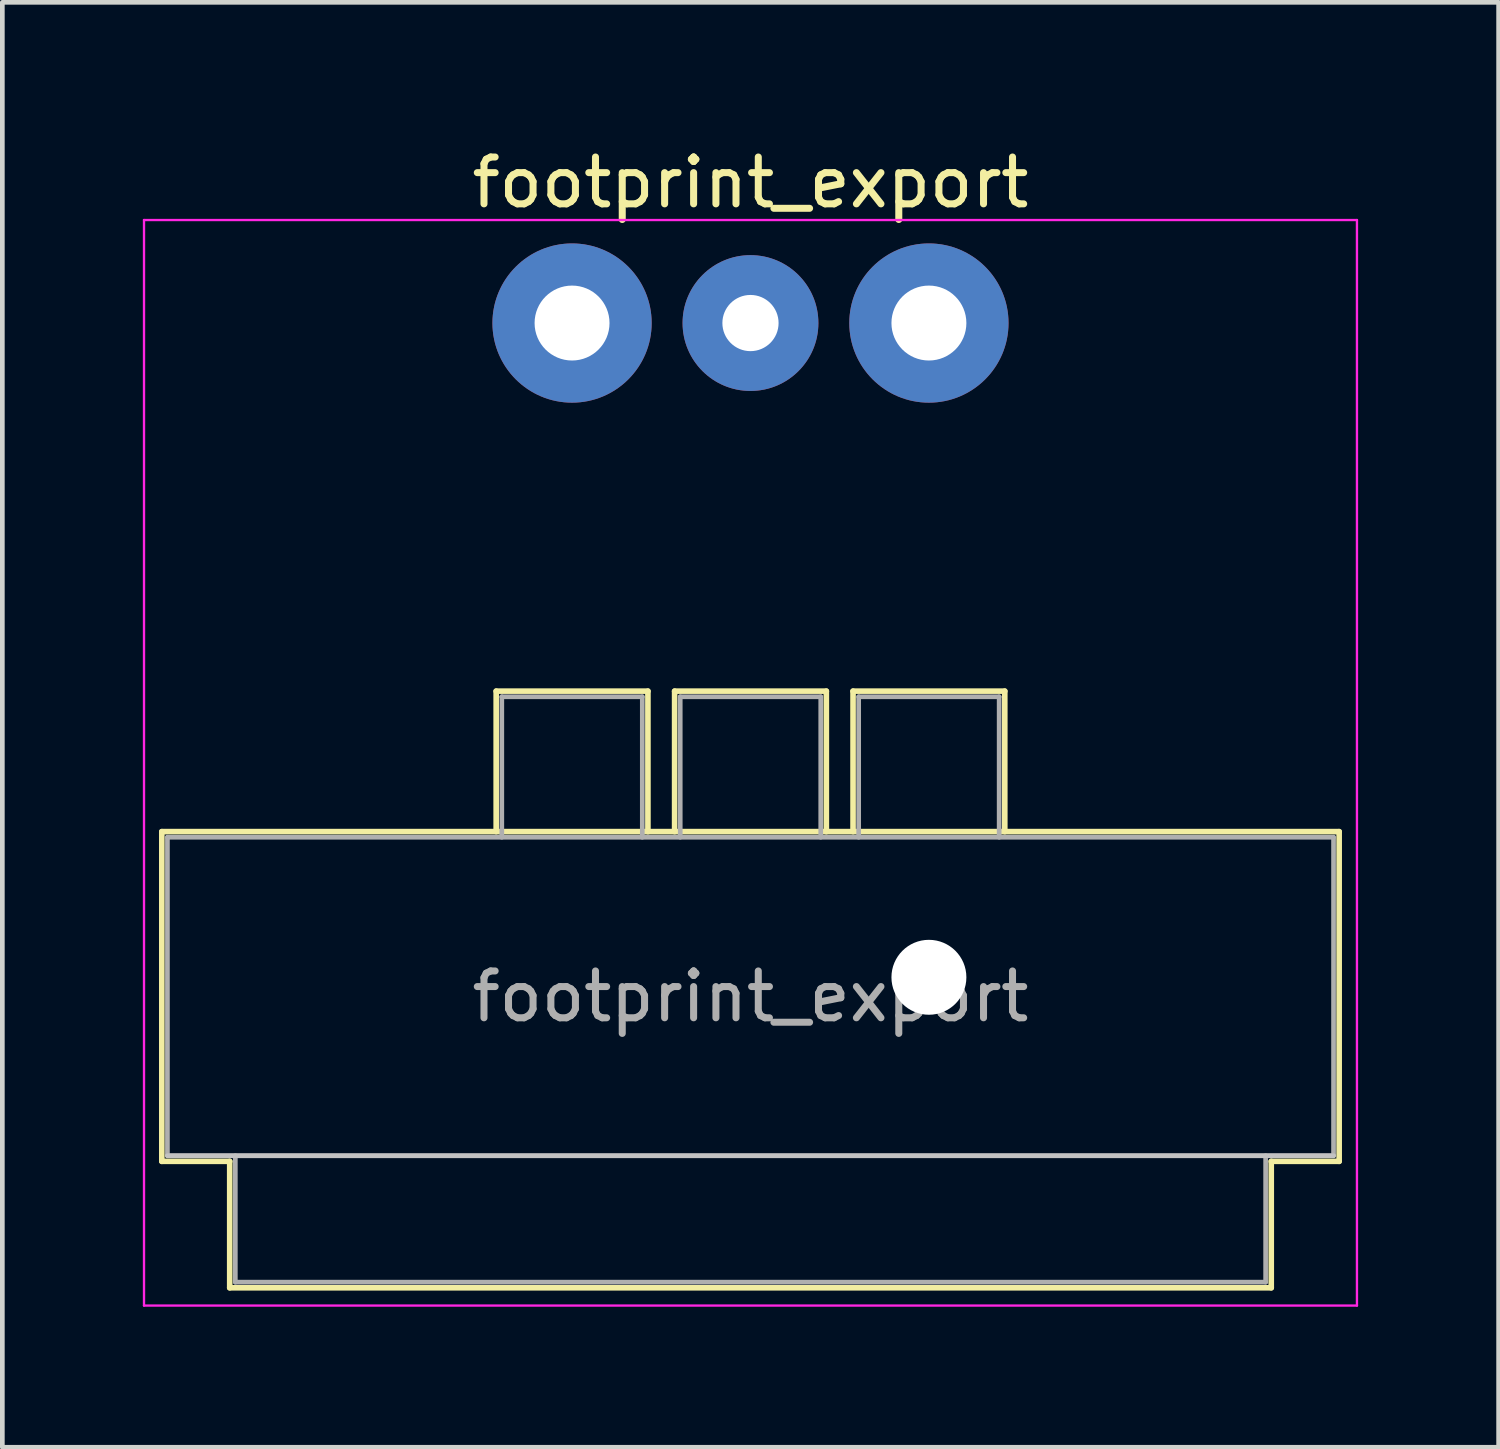
<source format=kicad_pcb>
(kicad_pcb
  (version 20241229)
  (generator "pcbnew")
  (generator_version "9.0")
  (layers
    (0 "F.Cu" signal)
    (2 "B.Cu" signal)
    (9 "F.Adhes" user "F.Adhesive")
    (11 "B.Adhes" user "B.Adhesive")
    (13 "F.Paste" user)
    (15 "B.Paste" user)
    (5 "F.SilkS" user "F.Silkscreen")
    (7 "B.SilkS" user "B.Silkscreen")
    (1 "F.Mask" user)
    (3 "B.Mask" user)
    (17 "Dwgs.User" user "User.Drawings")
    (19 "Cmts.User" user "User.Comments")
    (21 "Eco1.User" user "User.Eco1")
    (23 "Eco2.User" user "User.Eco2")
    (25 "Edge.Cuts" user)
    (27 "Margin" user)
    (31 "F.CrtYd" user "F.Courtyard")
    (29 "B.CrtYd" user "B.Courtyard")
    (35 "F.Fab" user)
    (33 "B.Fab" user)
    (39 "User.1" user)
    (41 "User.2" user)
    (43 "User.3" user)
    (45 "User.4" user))
  (footprint "footprint_export"
    (layer "F.Cu")
    (at 9.165 3.848)
    (property "Reference" "footprint_export" (at 3.81 -3 0) (layer "F.SilkS") (effects (font (size 1 1) (thickness 0.15))))
    (attr through_hole)
    (fp_line (start -8.76 10.86) (end 16.38 10.86) (stroke (width 0.12) (type solid)) (layer "F.SilkS"))
    (fp_line (start -8.76 17.9) (end -8.76 10.86) (stroke (width 0.12) (type solid)) (layer "F.SilkS"))
    (fp_line (start -7.31 17.9) (end -8.76 17.9) (stroke (width 0.12) (type solid)) (layer "F.SilkS"))
    (fp_line (start -7.31 17.9) (end -7.31 20.6) (stroke (width 0.12) (type solid)) (layer "F.SilkS"))
    (fp_line (start -1.62 10.86) (end -1.62 7.86) (stroke (width 0.12) (type solid)) (layer "F.SilkS"))
    (fp_line (start 1.62 7.86) (end -1.62 7.86) (stroke (width 0.12) (type solid)) (layer "F.SilkS"))
    (fp_line (start 1.62 10.86) (end 1.62 7.86) (stroke (width 0.12) (type solid)) (layer "F.SilkS"))
    (fp_line (start 2.19 10.86) (end 2.19 7.86) (stroke (width 0.12) (type solid)) (layer "F.SilkS"))
    (fp_line (start 5.43 7.86) (end 2.19 7.86) (stroke (width 0.12) (type solid)) (layer "F.SilkS"))
    (fp_line (start 5.43 10.86) (end 5.43 7.86) (stroke (width 0.12) (type solid)) (layer "F.SilkS"))
    (fp_line (start 6 10.86) (end 6 7.86) (stroke (width 0.12) (type solid)) (layer "F.SilkS"))
    (fp_line (start 9.24 7.86) (end 6 7.86) (stroke (width 0.12) (type solid)) (layer "F.SilkS"))
    (fp_line (start 9.24 10.86) (end 9.24 7.86) (stroke (width 0.12) (type solid)) (layer "F.SilkS"))
    (fp_line (start 14.93 17.9) (end 14.93 20.6) (stroke (width 0.12) (type solid)) (layer "F.SilkS"))
    (fp_line (start 14.93 20.6) (end -7.31 20.6) (stroke (width 0.12) (type solid)) (layer "F.SilkS"))
    (fp_line (start 16.38 17.9) (end 14.93 17.9) (stroke (width 0.12) (type solid)) (layer "F.SilkS"))
    (fp_line (start 16.38 17.9) (end 16.38 10.86) (stroke (width 0.12) (type solid)) (layer "F.SilkS"))
    (fp_line (start 16.26 17.78) (end -8.64 17.78) (stroke (width 0.1) (type solid)) (layer "Dwgs.User"))
    (fp_line (start -9.14 20.98) (end -9.14 -2.2) (stroke (width 0.05) (type solid)) (layer "F.CrtYd"))
    (fp_line (start 16.76 -2.2) (end -9.14 -2.2) (stroke (width 0.05) (type solid)) (layer "F.CrtYd"))
    (fp_line (start 16.76 20.98) (end -9.14 20.98) (stroke (width 0.05) (type solid)) (layer "F.CrtYd"))
    (fp_line (start 16.76 20.98) (end 16.76 -2.2) (stroke (width 0.05) (type solid)) (layer "F.CrtYd"))
    (fp_line (start -8.64 10.98) (end 16.26 10.98) (stroke (width 0.1) (type solid)) (layer "F.Fab"))
    (fp_line (start -8.64 17.78) (end -8.64 10.98) (stroke (width 0.1) (type solid)) (layer "F.Fab"))
    (fp_line (start -7.19 20.48) (end -7.19 17.78) (stroke (width 0.1) (type solid)) (layer "F.Fab"))
    (fp_line (start -1.5 7.98) (end -1.5 10.98) (stroke (width 0.1) (type solid)) (layer "F.Fab"))
    (fp_line (start 1.5 7.98) (end -1.5 7.98) (stroke (width 0.1) (type solid)) (layer "F.Fab"))
    (fp_line (start 1.5 10.98) (end 1.5 7.98) (stroke (width 0.1) (type solid)) (layer "F.Fab"))
    (fp_line (start 2.31 10.98) (end 2.31 7.98) (stroke (width 0.1) (type solid)) (layer "F.Fab"))
    (fp_line (start 5.31 7.98) (end 2.31 7.98) (stroke (width 0.1) (type solid)) (layer "F.Fab"))
    (fp_line (start 5.31 10.98) (end 5.31 7.98) (stroke (width 0.1) (type solid)) (layer "F.Fab"))
    (fp_line (start 6.12 10.98) (end 6.12 7.98) (stroke (width 0.1) (type solid)) (layer "F.Fab"))
    (fp_line (start 9.12 7.98) (end 6.12 7.98) (stroke (width 0.1) (type solid)) (layer "F.Fab"))
    (fp_line (start 9.12 10.98) (end 9.12 7.98) (stroke (width 0.1) (type solid)) (layer "F.Fab"))
    (fp_line (start 14.81 17.78) (end 14.81 20.48) (stroke (width 0.1) (type solid)) (layer "F.Fab"))
    (fp_line (start 14.81 20.48) (end -7.19 20.48) (stroke (width 0.1) (type solid)) (layer "F.Fab"))
    (fp_line (start 16.26 10.98) (end 16.26 17.78) (stroke (width 0.1) (type solid)) (layer "F.Fab"))
    (fp_line (start 16.26 17.78) (end -8.64 17.78) (stroke (width 0.1) (type solid)) (layer "F.Fab"))
    (fp_text user "${REFERENCE}" (at 3.81 14.38 0) (layer "F.Fab") (effects (font (size 1 1) (thickness 0.15))))
    (pad "" np_thru_hole circle (at 7.62 13.97) (size 1.6 1.6) (drill 1.6) (layers "*.Cu" "*.Mask"))
    (pad "1" thru_hole circle (at 0 0) (size 3.4 3.4) (drill 1.6) (layers "*.Cu" "*.Mask"))
    (pad "2" thru_hole circle (at 7.62 0) (size 3.4 3.4) (drill 1.6) (layers "*.Cu" "*.Mask"))
    (pad "3" thru_hole circle (at 3.81 0) (size 2.9 2.9) (drill 1.2) (layers "*.Cu" "*.Mask")))
  (gr_rect
    (start -3 -3)
    (end 28.95 27.853)
    (stroke (width 0.1) (type default))
    (fill no)
    (layer "Edge.Cuts")))
</source>
